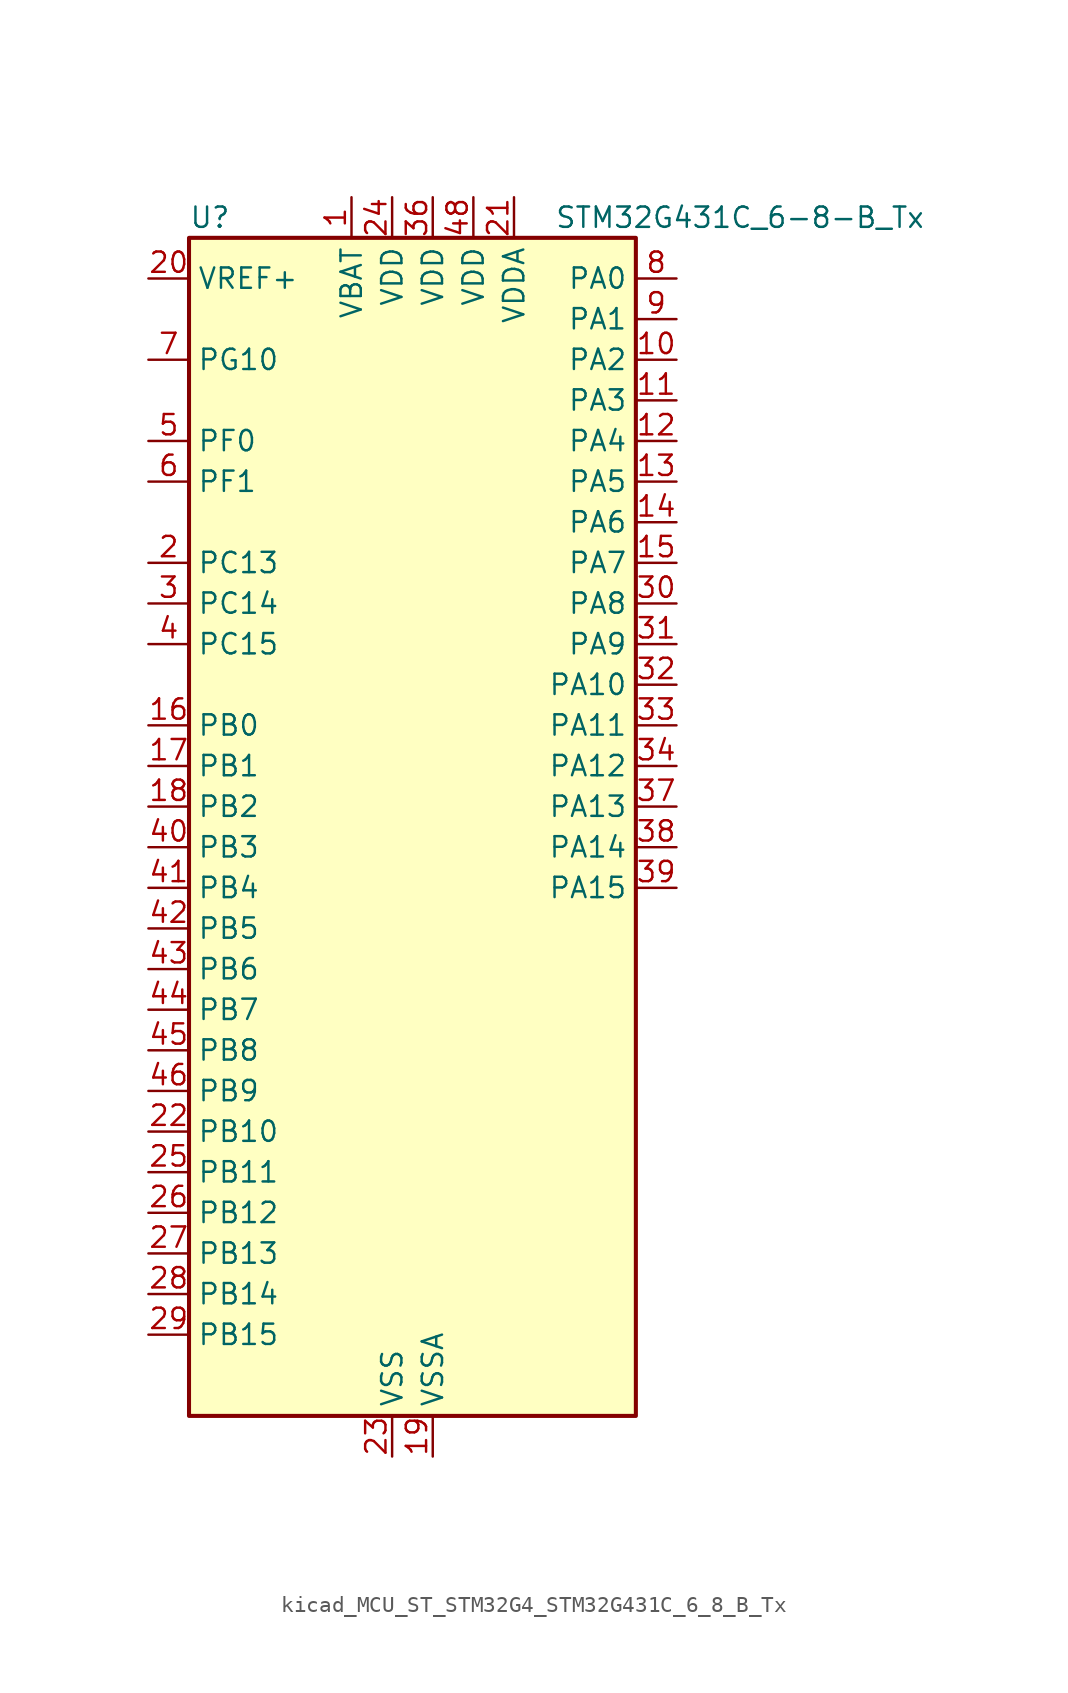
<source format=kicad_sym>
(kicad_symbol_lib
  (version 20220914)
  (generator kicad_symbol_editor)
  (symbol "kicad_MCU_ST_STM32G4_STM32G431C_6_8_B_Tx"
    (property "Reference" "U"
      (at -12.7 39.37 0)
      (effects (font (size 1.27 1.27)) (justify left)))
    (property "Value" "STM32G431C_6-8-B_Tx"
      (at 10.16 39.37 0)
      (effects (font (size 1.27 1.27)) (justify left)))
    (property "ki_locked" ""
      (at 0 0 0)
      (effects (font (size 1.27 1.27))))
    (symbol "kicad_MCU_ST_STM32G4_STM32G431C_6_8_B_Tx_0_1"
      (rectangle (start -12.7 -35.56) (end 15.24 38.1) (stroke (width 0.254) (type default)) (fill (type background))))
    (symbol "kicad_MCU_ST_STM32G4_STM32G431C_6_8_B_Tx_1_1"
      (pin power_in line (at -2.54 40.64 270) (length 2.54) (name "VBAT" (effects (font (size 1.27 1.27)))) (number "1" (effects (font (size 1.27 1.27)))))
      (pin bidirectional line (at 17.78 30.48 180) (length 2.54) (name "PA2" (effects (font (size 1.27 1.27)))) (number "10" (effects (font (size 1.27 1.27)))) (alternate "ADC1_IN3" bidirectional line) (alternate "COMP2_INM" bidirectional line) (alternate "COMP2_OUT" bidirectional line) (alternate "LPUART1_TX" bidirectional line) (alternate "OPAMP1_VOUT" bidirectional line) (alternate "RCC_LSCO" bidirectional line) (alternate "SYS_WKUP4" bidirectional line) (alternate "TIM15_CH1" bidirectional line) (alternate "TIM2_CH3" bidirectional line) (alternate "UCPD1_FRSTX1" bidirectional line) (alternate "UCPD1_FRSTX2" bidirectional line) (alternate "USART2_TX" bidirectional line))
      (pin bidirectional line (at 17.78 27.94 180) (length 2.54) (name "PA3" (effects (font (size 1.27 1.27)))) (number "11" (effects (font (size 1.27 1.27)))) (alternate "ADC1_IN4" bidirectional line) (alternate "COMP2_INP" bidirectional line) (alternate "LPUART1_RX" bidirectional line) (alternate "OPAMP1_VINM" bidirectional line) (alternate "OPAMP1_VINM0" bidirectional line) (alternate "OPAMP1_VINM_SEC" bidirectional line) (alternate "OPAMP1_VINP" bidirectional line) (alternate "OPAMP1_VINP_SEC" bidirectional line) (alternate "SAI1_CK1" bidirectional line) (alternate "SAI1_MCLK_A" bidirectional line) (alternate "TIM15_CH2" bidirectional line) (alternate "TIM2_CH4" bidirectional line) (alternate "USART2_RX" bidirectional line))
      (pin bidirectional line (at 17.78 25.4 180) (length 2.54) (name "PA4" (effects (font (size 1.27 1.27)))) (number "12" (effects (font (size 1.27 1.27)))) (alternate "ADC2_IN17" bidirectional line) (alternate "COMP1_INM" bidirectional line) (alternate "DAC1_OUT1" bidirectional line) (alternate "I2S3_WS" bidirectional line) (alternate "SAI1_FS_B" bidirectional line) (alternate "SPI1_NSS" bidirectional line) (alternate "SPI3_NSS" bidirectional line) (alternate "TIM3_CH2" bidirectional line) (alternate "USART2_CK" bidirectional line))
      (pin bidirectional line (at 17.78 22.86 180) (length 2.54) (name "PA5" (effects (font (size 1.27 1.27)))) (number "13" (effects (font (size 1.27 1.27)))) (alternate "ADC2_IN13" bidirectional line) (alternate "COMP2_INM" bidirectional line) (alternate "DAC1_OUT2" bidirectional line) (alternate "OPAMP2_VINM" bidirectional line) (alternate "OPAMP2_VINM0" bidirectional line) (alternate "OPAMP2_VINM_SEC" bidirectional line) (alternate "SPI1_SCK" bidirectional line) (alternate "TIM2_CH1" bidirectional line) (alternate "TIM2_ETR" bidirectional line) (alternate "UCPD1_FRSTX1" bidirectional line) (alternate "UCPD1_FRSTX2" bidirectional line))
      (pin bidirectional line (at 17.78 20.32 180) (length 2.54) (name "PA6" (effects (font (size 1.27 1.27)))) (number "14" (effects (font (size 1.27 1.27)))) (alternate "ADC2_IN3" bidirectional line) (alternate "COMP1_OUT" bidirectional line) (alternate "LPUART1_CTS" bidirectional line) (alternate "OPAMP2_VOUT" bidirectional line) (alternate "SPI1_MISO" bidirectional line) (alternate "TIM16_CH1" bidirectional line) (alternate "TIM1_BKIN" bidirectional line) (alternate "TIM3_CH1" bidirectional line) (alternate "TIM8_BKIN" bidirectional line))
      (pin bidirectional line (at 17.78 17.78 180) (length 2.54) (name "PA7" (effects (font (size 1.27 1.27)))) (number "15" (effects (font (size 1.27 1.27)))) (alternate "ADC2_IN4" bidirectional line) (alternate "COMP2_INP" bidirectional line) (alternate "COMP2_OUT" bidirectional line) (alternate "OPAMP1_VINP" bidirectional line) (alternate "OPAMP1_VINP_SEC" bidirectional line) (alternate "OPAMP2_VINP" bidirectional line) (alternate "OPAMP2_VINP_SEC" bidirectional line) (alternate "SPI1_MOSI" bidirectional line) (alternate "TIM17_CH1" bidirectional line) (alternate "TIM1_CH1N" bidirectional line) (alternate "TIM3_CH2" bidirectional line) (alternate "TIM8_CH1N" bidirectional line) (alternate "UCPD1_FRSTX1" bidirectional line) (alternate "UCPD1_FRSTX2" bidirectional line))
      (pin bidirectional line (at -15.24 7.62 0) (length 2.54) (name "PB0" (effects (font (size 1.27 1.27)))) (number "16" (effects (font (size 1.27 1.27)))) (alternate "ADC1_IN15" bidirectional line) (alternate "COMP4_INP" bidirectional line) (alternate "OPAMP2_VINP" bidirectional line) (alternate "OPAMP2_VINP_SEC" bidirectional line) (alternate "OPAMP3_VINP" bidirectional line) (alternate "OPAMP3_VINP_SEC" bidirectional line) (alternate "TIM1_CH2N" bidirectional line) (alternate "TIM3_CH3" bidirectional line) (alternate "TIM8_CH2N" bidirectional line) (alternate "UCPD1_FRSTX1" bidirectional line) (alternate "UCPD1_FRSTX2" bidirectional line))
      (pin bidirectional line (at -15.24 5.08 0) (length 2.54) (name "PB1" (effects (font (size 1.27 1.27)))) (number "17" (effects (font (size 1.27 1.27)))) (alternate "ADC1_IN12" bidirectional line) (alternate "COMP1_INP" bidirectional line) (alternate "COMP4_OUT" bidirectional line) (alternate "LPUART1_DE" bidirectional line) (alternate "LPUART1_RTS" bidirectional line) (alternate "OPAMP3_VOUT" bidirectional line) (alternate "TIM1_CH3N" bidirectional line) (alternate "TIM3_CH4" bidirectional line) (alternate "TIM8_CH3N" bidirectional line))
      (pin bidirectional line (at -15.24 2.54 0) (length 2.54) (name "PB2" (effects (font (size 1.27 1.27)))) (number "18" (effects (font (size 1.27 1.27)))) (alternate "ADC2_IN12" bidirectional line) (alternate "COMP4_INM" bidirectional line) (alternate "I2C3_SMBA" bidirectional line) (alternate "LPTIM1_OUT" bidirectional line) (alternate "OPAMP3_VINM" bidirectional line) (alternate "OPAMP3_VINM0" bidirectional line) (alternate "OPAMP3_VINM_SEC" bidirectional line) (alternate "RTC_OUT2" bidirectional line))
      (pin power_in line (at 2.54 -38.1 90) (length 2.54) (name "VSSA" (effects (font (size 1.27 1.27)))) (number "19" (effects (font (size 1.27 1.27)))))
      (pin bidirectional line (at -15.24 17.78 0) (length 2.54) (name "PC13" (effects (font (size 1.27 1.27)))) (number "2" (effects (font (size 1.27 1.27)))) (alternate "RTC_OUT1" bidirectional line) (alternate "RTC_TAMP1" bidirectional line) (alternate "RTC_TS" bidirectional line) (alternate "SYS_WKUP2" bidirectional line) (alternate "TIM1_BKIN" bidirectional line) (alternate "TIM1_CH1N" bidirectional line) (alternate "TIM8_CH4N" bidirectional line))
      (pin input line (at -15.24 35.56 0) (length 2.54) (name "VREF+" (effects (font (size 1.27 1.27)))) (number "20" (effects (font (size 1.27 1.27)))) (alternate "VREFBUF_OUT" bidirectional line))
      (pin power_in line (at 7.62 40.64 270) (length 2.54) (name "VDDA" (effects (font (size 1.27 1.27)))) (number "21" (effects (font (size 1.27 1.27)))))
      (pin bidirectional line (at -15.24 -17.78 0) (length 2.54) (name "PB10" (effects (font (size 1.27 1.27)))) (number "22" (effects (font (size 1.27 1.27)))) (alternate "DAC1_EXTI10" bidirectional line) (alternate "DAC3_EXTI10" bidirectional line) (alternate "LPUART1_RX" bidirectional line) (alternate "OPAMP3_VINM" bidirectional line) (alternate "OPAMP3_VINM1" bidirectional line) (alternate "OPAMP3_VINM_SEC" bidirectional line) (alternate "SAI1_SCK_A" bidirectional line) (alternate "TIM1_BKIN" bidirectional line) (alternate "TIM2_CH3" bidirectional line) (alternate "USART3_TX" bidirectional line))
      (pin power_in line (at 0 -38.1 90) (length 2.54) (name "VSS" (effects (font (size 1.27 1.27)))) (number "23" (effects (font (size 1.27 1.27)))))
      (pin power_in line (at 0 40.64 270) (length 2.54) (name "VDD" (effects (font (size 1.27 1.27)))) (number "24" (effects (font (size 1.27 1.27)))))
      (pin bidirectional line (at -15.24 -20.32 0) (length 2.54) (name "PB11" (effects (font (size 1.27 1.27)))) (number "25" (effects (font (size 1.27 1.27)))) (alternate "ADC1_EXTI11" bidirectional line) (alternate "ADC1_IN14" bidirectional line) (alternate "ADC2_EXTI11" bidirectional line) (alternate "ADC2_IN14" bidirectional line) (alternate "LPUART1_TX" bidirectional line) (alternate "TIM2_CH4" bidirectional line) (alternate "USART3_RX" bidirectional line))
      (pin bidirectional line (at -15.24 -22.86 0) (length 2.54) (name "PB12" (effects (font (size 1.27 1.27)))) (number "26" (effects (font (size 1.27 1.27)))) (alternate "ADC1_IN11" bidirectional line) (alternate "I2C2_SMBA" bidirectional line) (alternate "I2S2_WS" bidirectional line) (alternate "LPUART1_DE" bidirectional line) (alternate "LPUART1_RTS" bidirectional line) (alternate "SPI2_NSS" bidirectional line) (alternate "TIM1_BKIN" bidirectional line) (alternate "USART3_CK" bidirectional line))
      (pin bidirectional line (at -15.24 -25.4 0) (length 2.54) (name "PB13" (effects (font (size 1.27 1.27)))) (number "27" (effects (font (size 1.27 1.27)))) (alternate "I2S2_CK" bidirectional line) (alternate "LPUART1_CTS" bidirectional line) (alternate "OPAMP3_VINP" bidirectional line) (alternate "OPAMP3_VINP_SEC" bidirectional line) (alternate "SPI2_SCK" bidirectional line) (alternate "TIM1_CH1N" bidirectional line) (alternate "USART3_CTS" bidirectional line) (alternate "USART3_NSS" bidirectional line))
      (pin bidirectional line (at -15.24 -27.94 0) (length 2.54) (name "PB14" (effects (font (size 1.27 1.27)))) (number "28" (effects (font (size 1.27 1.27)))) (alternate "ADC1_IN5" bidirectional line) (alternate "COMP4_OUT" bidirectional line) (alternate "OPAMP2_VINP" bidirectional line) (alternate "OPAMP2_VINP_SEC" bidirectional line) (alternate "SPI2_MISO" bidirectional line) (alternate "TIM15_CH1" bidirectional line) (alternate "TIM1_CH2N" bidirectional line) (alternate "USART3_DE" bidirectional line) (alternate "USART3_RTS" bidirectional line))
      (pin bidirectional line (at -15.24 -30.48 0) (length 2.54) (name "PB15" (effects (font (size 1.27 1.27)))) (number "29" (effects (font (size 1.27 1.27)))) (alternate "ADC1_EXTI15" bidirectional line) (alternate "ADC2_EXTI15" bidirectional line) (alternate "ADC2_IN15" bidirectional line) (alternate "COMP3_OUT" bidirectional line) (alternate "I2S2_SD" bidirectional line) (alternate "RTC_REFIN" bidirectional line) (alternate "SPI2_MOSI" bidirectional line) (alternate "TIM15_CH1N" bidirectional line) (alternate "TIM15_CH2" bidirectional line) (alternate "TIM1_CH3N" bidirectional line))
      (pin bidirectional line (at -15.24 15.24 0) (length 2.54) (name "PC14" (effects (font (size 1.27 1.27)))) (number "3" (effects (font (size 1.27 1.27)))) (alternate "RCC_OSC32_IN" bidirectional line))
      (pin bidirectional line (at 17.78 15.24 180) (length 2.54) (name "PA8" (effects (font (size 1.27 1.27)))) (number "30" (effects (font (size 1.27 1.27)))) (alternate "I2C2_SDA" bidirectional line) (alternate "I2C3_SCL" bidirectional line) (alternate "I2S2_MCK" bidirectional line) (alternate "RCC_MCO" bidirectional line) (alternate "SAI1_CK2" bidirectional line) (alternate "SAI1_SCK_A" bidirectional line) (alternate "TIM1_CH1" bidirectional line) (alternate "TIM4_ETR" bidirectional line) (alternate "USART1_CK" bidirectional line))
      (pin bidirectional line (at 17.78 12.7 180) (length 2.54) (name "PA9" (effects (font (size 1.27 1.27)))) (number "31" (effects (font (size 1.27 1.27)))) (alternate "DAC1_EXTI9" bidirectional line) (alternate "DAC3_EXTI9" bidirectional line) (alternate "I2C2_SCL" bidirectional line) (alternate "I2C3_SMBA" bidirectional line) (alternate "I2S3_MCK" bidirectional line) (alternate "SAI1_FS_A" bidirectional line) (alternate "TIM15_BKIN" bidirectional line) (alternate "TIM1_CH2" bidirectional line) (alternate "TIM2_CH3" bidirectional line) (alternate "UCPD1_DBCC1" bidirectional line) (alternate "USART1_TX" bidirectional line))
      (pin bidirectional line (at 17.78 10.16 180) (length 2.54) (name "PA10" (effects (font (size 1.27 1.27)))) (number "32" (effects (font (size 1.27 1.27)))) (alternate "CRS_SYNC" bidirectional line) (alternate "DAC1_EXTI10" bidirectional line) (alternate "DAC3_EXTI10" bidirectional line) (alternate "I2C2_SMBA" bidirectional line) (alternate "SAI1_D1" bidirectional line) (alternate "SAI1_SD_A" bidirectional line) (alternate "SPI2_MISO" bidirectional line) (alternate "TIM17_BKIN" bidirectional line) (alternate "TIM1_CH3" bidirectional line) (alternate "TIM2_CH4" bidirectional line) (alternate "TIM8_BKIN" bidirectional line) (alternate "UCPD1_DBCC2" bidirectional line) (alternate "USART1_RX" bidirectional line))
      (pin bidirectional line (at 17.78 7.62 180) (length 2.54) (name "PA11" (effects (font (size 1.27 1.27)))) (number "33" (effects (font (size 1.27 1.27)))) (alternate "ADC1_EXTI11" bidirectional line) (alternate "ADC2_EXTI11" bidirectional line) (alternate "COMP1_OUT" bidirectional line) (alternate "FDCAN1_RX" bidirectional line) (alternate "I2S2_SD" bidirectional line) (alternate "SPI2_MOSI" bidirectional line) (alternate "TIM1_BKIN2" bidirectional line) (alternate "TIM1_CH1N" bidirectional line) (alternate "TIM1_CH4" bidirectional line) (alternate "TIM4_CH1" bidirectional line) (alternate "USART1_CTS" bidirectional line) (alternate "USART1_NSS" bidirectional line) (alternate "USB_DM" bidirectional line))
      (pin bidirectional line (at 17.78 5.08 180) (length 2.54) (name "PA12" (effects (font (size 1.27 1.27)))) (number "34" (effects (font (size 1.27 1.27)))) (alternate "COMP2_OUT" bidirectional line) (alternate "FDCAN1_TX" bidirectional line) (alternate "I2S_CKIN" bidirectional line) (alternate "TIM16_CH1" bidirectional line) (alternate "TIM1_CH2N" bidirectional line) (alternate "TIM1_ETR" bidirectional line) (alternate "TIM4_CH2" bidirectional line) (alternate "USART1_DE" bidirectional line) (alternate "USART1_RTS" bidirectional line) (alternate "USB_DP" bidirectional line))
      (pin passive line (at 0 -38.1 90) (length 2.54) hide (name "VSS" (effects (font (size 1.27 1.27)))) (number "35" (effects (font (size 1.27 1.27)))))
      (pin power_in line (at 2.54 40.64 270) (length 2.54) (name "VDD" (effects (font (size 1.27 1.27)))) (number "36" (effects (font (size 1.27 1.27)))))
      (pin bidirectional line (at 17.78 2.54 180) (length 2.54) (name "PA13" (effects (font (size 1.27 1.27)))) (number "37" (effects (font (size 1.27 1.27)))) (alternate "I2C1_SCL" bidirectional line) (alternate "IR_OUT" bidirectional line) (alternate "SAI1_SD_B" bidirectional line) (alternate "SYS_JTMS-SWDIO" bidirectional line) (alternate "TIM16_CH1N" bidirectional line) (alternate "TIM4_CH3" bidirectional line) (alternate "USART3_CTS" bidirectional line) (alternate "USART3_NSS" bidirectional line))
      (pin bidirectional line (at 17.78 0 180) (length 2.54) (name "PA14" (effects (font (size 1.27 1.27)))) (number "38" (effects (font (size 1.27 1.27)))) (alternate "I2C1_SDA" bidirectional line) (alternate "LPTIM1_OUT" bidirectional line) (alternate "SAI1_FS_B" bidirectional line) (alternate "SYS_JTCK-SWCLK" bidirectional line) (alternate "TIM1_BKIN" bidirectional line) (alternate "TIM8_CH2" bidirectional line) (alternate "USART2_TX" bidirectional line))
      (pin bidirectional line (at 17.78 -2.54 180) (length 2.54) (name "PA15" (effects (font (size 1.27 1.27)))) (number "39" (effects (font (size 1.27 1.27)))) (alternate "ADC1_EXTI15" bidirectional line) (alternate "ADC2_EXTI15" bidirectional line) (alternate "I2C1_SCL" bidirectional line) (alternate "I2S3_WS" bidirectional line) (alternate "SPI1_NSS" bidirectional line) (alternate "SPI3_NSS" bidirectional line) (alternate "SYS_JTDI" bidirectional line) (alternate "TIM1_BKIN" bidirectional line) (alternate "TIM2_CH1" bidirectional line) (alternate "TIM2_ETR" bidirectional line) (alternate "TIM8_CH1" bidirectional line) (alternate "USART2_RX" bidirectional line))
      (pin bidirectional line (at -15.24 12.7 0) (length 2.54) (name "PC15" (effects (font (size 1.27 1.27)))) (number "4" (effects (font (size 1.27 1.27)))) (alternate "ADC1_EXTI15" bidirectional line) (alternate "ADC2_EXTI15" bidirectional line) (alternate "RCC_OSC32_OUT" bidirectional line))
      (pin bidirectional line (at -15.24 0 0) (length 2.54) (name "PB3" (effects (font (size 1.27 1.27)))) (number "40" (effects (font (size 1.27 1.27)))) (alternate "CRS_SYNC" bidirectional line) (alternate "I2S3_CK" bidirectional line) (alternate "SAI1_SCK_B" bidirectional line) (alternate "SPI1_SCK" bidirectional line) (alternate "SPI3_SCK" bidirectional line) (alternate "SYS_JTDO-SWO" bidirectional line) (alternate "TIM2_CH2" bidirectional line) (alternate "TIM3_ETR" bidirectional line) (alternate "TIM4_ETR" bidirectional line) (alternate "TIM8_CH1N" bidirectional line) (alternate "USART2_TX" bidirectional line))
      (pin bidirectional line (at -15.24 -2.54 0) (length 2.54) (name "PB4" (effects (font (size 1.27 1.27)))) (number "41" (effects (font (size 1.27 1.27)))) (alternate "SAI1_MCLK_B" bidirectional line) (alternate "SPI1_MISO" bidirectional line) (alternate "SPI3_MISO" bidirectional line) (alternate "SYS_JTRST" bidirectional line) (alternate "TIM16_CH1" bidirectional line) (alternate "TIM17_BKIN" bidirectional line) (alternate "TIM3_CH1" bidirectional line) (alternate "TIM8_CH2N" bidirectional line) (alternate "UCPD1_CC2" bidirectional line) (alternate "USART2_RX" bidirectional line))
      (pin bidirectional line (at -15.24 -5.08 0) (length 2.54) (name "PB5" (effects (font (size 1.27 1.27)))) (number "42" (effects (font (size 1.27 1.27)))) (alternate "I2C1_SMBA" bidirectional line) (alternate "I2C3_SDA" bidirectional line) (alternate "I2S3_SD" bidirectional line) (alternate "LPTIM1_IN1" bidirectional line) (alternate "SAI1_SD_B" bidirectional line) (alternate "SPI1_MOSI" bidirectional line) (alternate "SPI3_MOSI" bidirectional line) (alternate "TIM16_BKIN" bidirectional line) (alternate "TIM17_CH1" bidirectional line) (alternate "TIM3_CH2" bidirectional line) (alternate "TIM8_CH3N" bidirectional line) (alternate "USART2_CK" bidirectional line))
      (pin bidirectional line (at -15.24 -7.62 0) (length 2.54) (name "PB6" (effects (font (size 1.27 1.27)))) (number "43" (effects (font (size 1.27 1.27)))) (alternate "COMP4_OUT" bidirectional line) (alternate "LPTIM1_ETR" bidirectional line) (alternate "SAI1_FS_B" bidirectional line) (alternate "TIM16_CH1N" bidirectional line) (alternate "TIM4_CH1" bidirectional line) (alternate "TIM8_BKIN2" bidirectional line) (alternate "TIM8_CH1" bidirectional line) (alternate "TIM8_ETR" bidirectional line) (alternate "UCPD1_CC1" bidirectional line) (alternate "USART1_TX" bidirectional line))
      (pin bidirectional line (at -15.24 -10.16 0) (length 2.54) (name "PB7" (effects (font (size 1.27 1.27)))) (number "44" (effects (font (size 1.27 1.27)))) (alternate "COMP3_OUT" bidirectional line) (alternate "I2C1_SDA" bidirectional line) (alternate "LPTIM1_IN2" bidirectional line) (alternate "SYS_PVD_IN" bidirectional line) (alternate "TIM17_CH1N" bidirectional line) (alternate "TIM3_CH4" bidirectional line) (alternate "TIM4_CH2" bidirectional line) (alternate "TIM8_BKIN" bidirectional line) (alternate "USART1_RX" bidirectional line))
      (pin bidirectional line (at -15.24 -12.7 0) (length 2.54) (name "PB8" (effects (font (size 1.27 1.27)))) (number "45" (effects (font (size 1.27 1.27)))) (alternate "COMP1_OUT" bidirectional line) (alternate "FDCAN1_RX" bidirectional line) (alternate "I2C1_SCL" bidirectional line) (alternate "SAI1_CK1" bidirectional line) (alternate "SAI1_MCLK_A" bidirectional line) (alternate "TIM16_CH1" bidirectional line) (alternate "TIM1_BKIN" bidirectional line) (alternate "TIM4_CH3" bidirectional line) (alternate "TIM8_CH2" bidirectional line) (alternate "USART3_RX" bidirectional line))
      (pin bidirectional line (at -15.24 -15.24 0) (length 2.54) (name "PB9" (effects (font (size 1.27 1.27)))) (number "46" (effects (font (size 1.27 1.27)))) (alternate "COMP2_OUT" bidirectional line) (alternate "DAC1_EXTI9" bidirectional line) (alternate "DAC3_EXTI9" bidirectional line) (alternate "FDCAN1_TX" bidirectional line) (alternate "I2C1_SDA" bidirectional line) (alternate "IR_OUT" bidirectional line) (alternate "SAI1_D2" bidirectional line) (alternate "SAI1_FS_A" bidirectional line) (alternate "TIM17_CH1" bidirectional line) (alternate "TIM1_CH3N" bidirectional line) (alternate "TIM4_CH4" bidirectional line) (alternate "TIM8_CH3" bidirectional line) (alternate "USART3_TX" bidirectional line))
      (pin passive line (at 0 -38.1 90) (length 2.54) hide (name "VSS" (effects (font (size 1.27 1.27)))) (number "47" (effects (font (size 1.27 1.27)))))
      (pin power_in line (at 5.08 40.64 270) (length 2.54) (name "VDD" (effects (font (size 1.27 1.27)))) (number "48" (effects (font (size 1.27 1.27)))))
      (pin bidirectional line (at -15.24 25.4 0) (length 2.54) (name "PF0" (effects (font (size 1.27 1.27)))) (number "5" (effects (font (size 1.27 1.27)))) (alternate "ADC1_IN10" bidirectional line) (alternate "I2C2_SDA" bidirectional line) (alternate "I2S2_WS" bidirectional line) (alternate "RCC_OSC_IN" bidirectional line) (alternate "SPI2_NSS" bidirectional line) (alternate "TIM1_CH3N" bidirectional line))
      (pin bidirectional line (at -15.24 22.86 0) (length 2.54) (name "PF1" (effects (font (size 1.27 1.27)))) (number "6" (effects (font (size 1.27 1.27)))) (alternate "ADC2_IN10" bidirectional line) (alternate "COMP3_INM" bidirectional line) (alternate "I2S2_CK" bidirectional line) (alternate "RCC_OSC_OUT" bidirectional line) (alternate "SPI2_SCK" bidirectional line))
      (pin bidirectional line (at -15.24 30.48 0) (length 2.54) (name "PG10" (effects (font (size 1.27 1.27)))) (number "7" (effects (font (size 1.27 1.27)))) (alternate "DAC1_EXTI10" bidirectional line) (alternate "DAC3_EXTI10" bidirectional line) (alternate "RCC_MCO" bidirectional line))
      (pin bidirectional line (at 17.78 35.56 180) (length 2.54) (name "PA0" (effects (font (size 1.27 1.27)))) (number "8" (effects (font (size 1.27 1.27)))) (alternate "ADC1_IN1" bidirectional line) (alternate "ADC2_IN1" bidirectional line) (alternate "COMP1_INM" bidirectional line) (alternate "COMP1_OUT" bidirectional line) (alternate "COMP3_INP" bidirectional line) (alternate "RTC_TAMP2" bidirectional line) (alternate "SYS_WKUP1" bidirectional line) (alternate "TIM2_CH1" bidirectional line) (alternate "TIM2_ETR" bidirectional line) (alternate "TIM8_BKIN" bidirectional line) (alternate "TIM8_ETR" bidirectional line) (alternate "USART2_CTS" bidirectional line) (alternate "USART2_NSS" bidirectional line))
      (pin bidirectional line (at 17.78 33.02 180) (length 2.54) (name "PA1" (effects (font (size 1.27 1.27)))) (number "9" (effects (font (size 1.27 1.27)))) (alternate "ADC1_IN2" bidirectional line) (alternate "ADC2_IN2" bidirectional line) (alternate "COMP1_INP" bidirectional line) (alternate "OPAMP1_VINP" bidirectional line) (alternate "OPAMP1_VINP_SEC" bidirectional line) (alternate "OPAMP3_VINP" bidirectional line) (alternate "OPAMP3_VINP_SEC" bidirectional line) (alternate "RTC_REFIN" bidirectional line) (alternate "TIM15_CH1N" bidirectional line) (alternate "TIM2_CH2" bidirectional line) (alternate "USART2_DE" bidirectional line) (alternate "USART2_RTS" bidirectional line)))))
</source>
